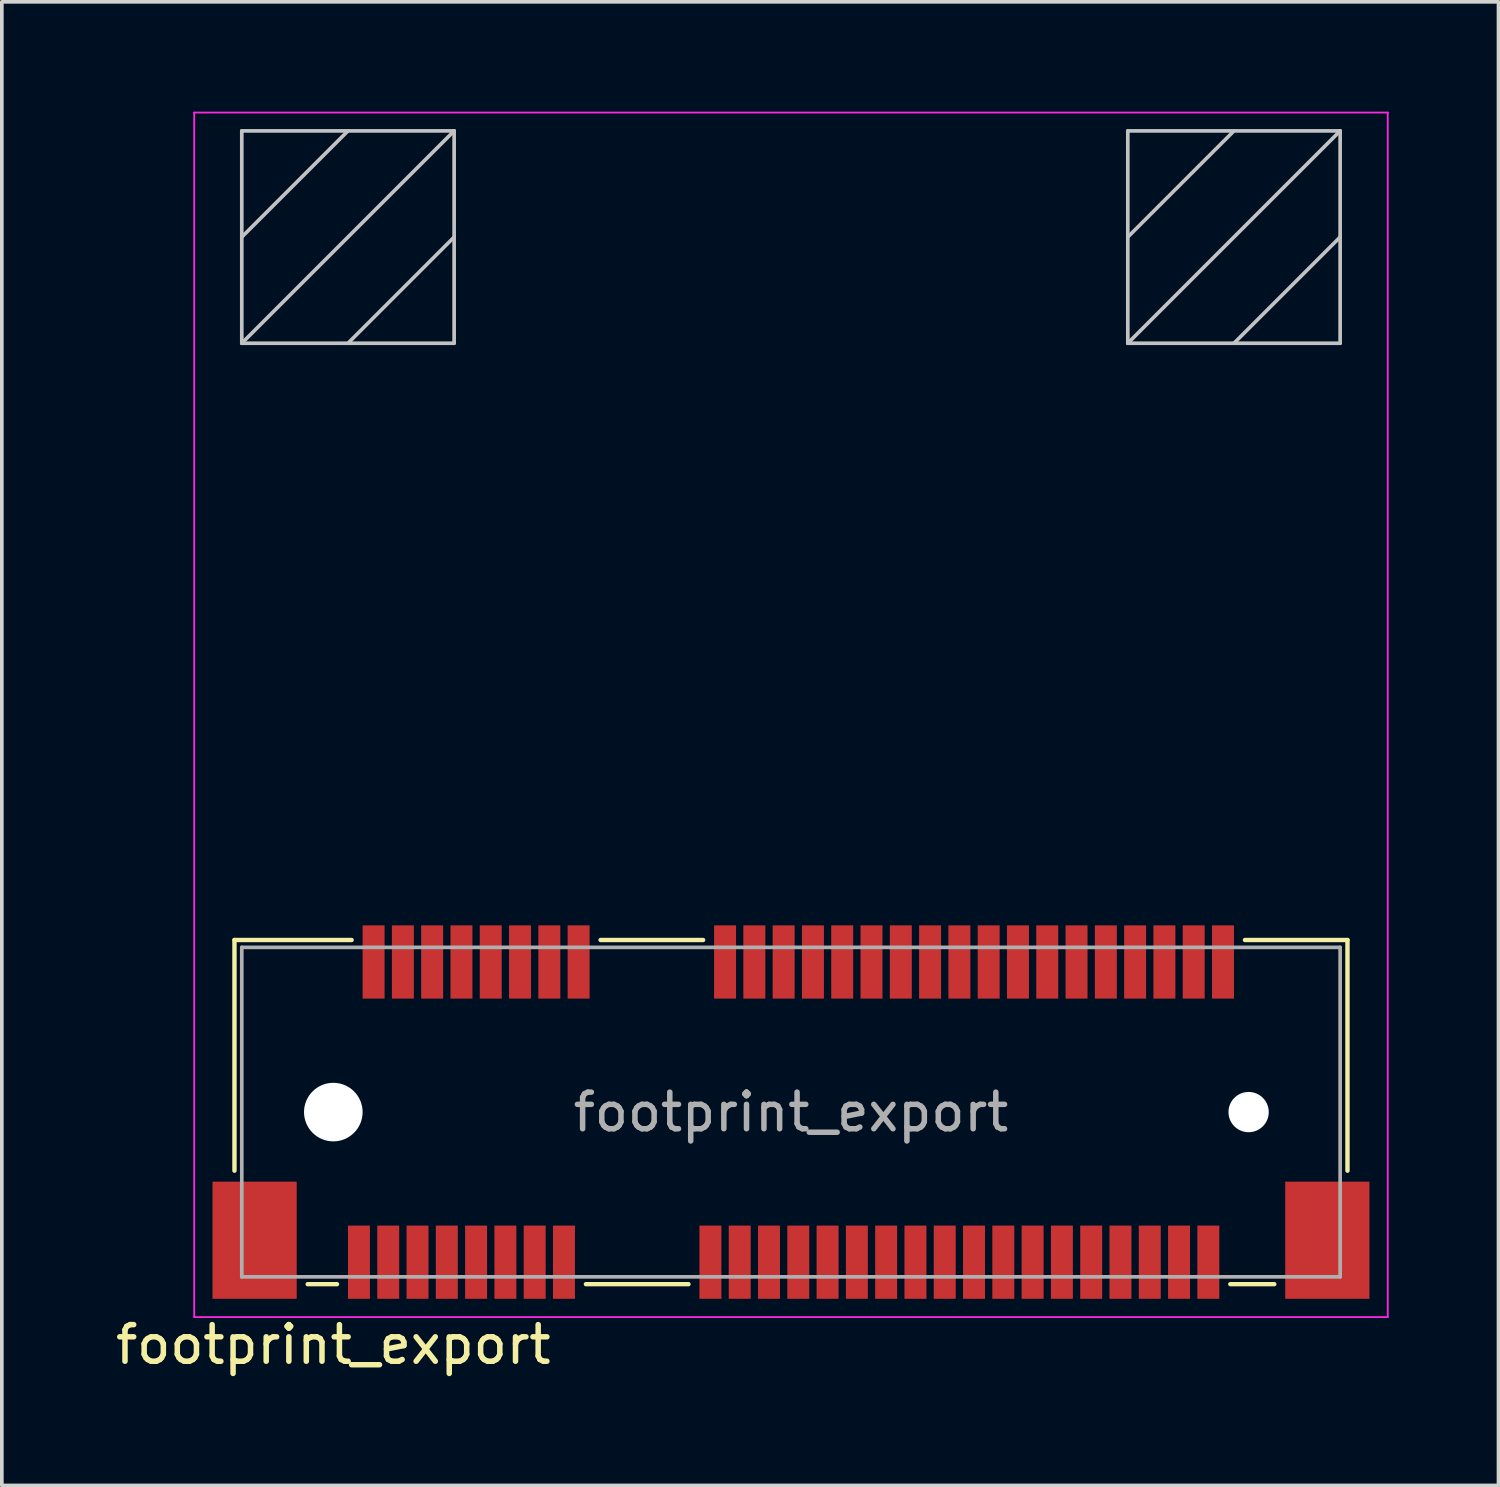
<source format=kicad_pcb>
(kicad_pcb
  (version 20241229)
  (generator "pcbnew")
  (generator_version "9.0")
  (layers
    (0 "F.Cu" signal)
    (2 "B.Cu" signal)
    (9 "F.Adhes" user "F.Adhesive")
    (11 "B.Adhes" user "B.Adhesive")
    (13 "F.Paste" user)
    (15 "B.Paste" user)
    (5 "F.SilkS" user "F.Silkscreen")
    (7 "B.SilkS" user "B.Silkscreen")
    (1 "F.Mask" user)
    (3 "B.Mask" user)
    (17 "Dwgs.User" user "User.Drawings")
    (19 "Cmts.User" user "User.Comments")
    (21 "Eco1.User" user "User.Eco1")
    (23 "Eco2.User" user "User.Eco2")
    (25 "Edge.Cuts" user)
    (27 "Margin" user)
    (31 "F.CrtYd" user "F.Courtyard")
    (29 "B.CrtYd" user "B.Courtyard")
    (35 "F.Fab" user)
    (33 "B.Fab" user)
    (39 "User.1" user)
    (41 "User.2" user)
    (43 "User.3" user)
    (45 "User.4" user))
  (footprint "footprint_export"
    (layer "F.Cu")
    (at 18.554 27.325)
    (property "Reference" "footprint_export" (at -12.5 6.35 180) (layer "F.SilkS") (effects (font (size 1 1) (thickness 0.15))))
    (attr smd)
    (fp_line (start -15.2 -4.7) (end -15.2 1.6) (stroke (width 0.12) (type solid)) (layer "F.SilkS"))
    (fp_line (start -13.2 4.7) (end -12.4 4.7) (stroke (width 0.12) (type solid)) (layer "F.SilkS"))
    (fp_line (start -12 -4.7) (end -15.2 -4.7) (stroke (width 0.12) (type solid)) (layer "F.SilkS"))
    (fp_line (start -5.6 4.7) (end -2.8 4.7) (stroke (width 0.12) (type solid)) (layer "F.SilkS"))
    (fp_line (start -2.4 -4.7) (end -5.2 -4.7) (stroke (width 0.12) (type solid)) (layer "F.SilkS"))
    (fp_line (start 12 4.7) (end 13.2 4.7) (stroke (width 0.12) (type solid)) (layer "F.SilkS"))
    (fp_line (start 15.2 -4.7) (end 12.4 -4.7) (stroke (width 0.12) (type solid)) (layer "F.SilkS"))
    (fp_line (start 15.2 1.6) (end 15.2 -4.7) (stroke (width 0.12) (type solid)) (layer "F.SilkS"))
    (fp_line (start -15 -26.8) (end -15 -21) (stroke (width 0.1) (type solid)) (layer "Dwgs.User"))
    (fp_line (start -15 -21) (end -9.2 -26.8) (stroke (width 0.1) (type solid)) (layer "Dwgs.User"))
    (fp_line (start -15 -21) (end -9.2 -21) (stroke (width 0.1) (type solid)) (layer "Dwgs.User"))
    (fp_line (start -12.1 -26.8) (end -15 -23.9) (stroke (width 0.1) (type solid)) (layer "Dwgs.User"))
    (fp_line (start -9.2 -26.8) (end -15 -26.8) (stroke (width 0.1) (type solid)) (layer "Dwgs.User"))
    (fp_line (start -9.2 -23.9) (end -12.1 -21) (stroke (width 0.1) (type solid)) (layer "Dwgs.User"))
    (fp_line (start -9.2 -21) (end -9.2 -26.8) (stroke (width 0.1) (type solid)) (layer "Dwgs.User"))
    (fp_line (start 9.2 -26.8) (end 15 -26.8) (stroke (width 0.1) (type solid)) (layer "Dwgs.User"))
    (fp_line (start 9.2 -21) (end 9.2 -26.8) (stroke (width 0.1) (type solid)) (layer "Dwgs.User"))
    (fp_line (start 12.1 -26.8) (end 9.2 -23.9) (stroke (width 0.1) (type solid)) (layer "Dwgs.User"))
    (fp_line (start 15 -26.8) (end 9.2 -21) (stroke (width 0.1) (type solid)) (layer "Dwgs.User"))
    (fp_line (start 15 -26.8) (end 15 -21) (stroke (width 0.1) (type solid)) (layer "Dwgs.User"))
    (fp_line (start 15 -23.9) (end 12.1 -21) (stroke (width 0.1) (type solid)) (layer "Dwgs.User"))
    (fp_line (start 15 -21) (end 9.2 -21) (stroke (width 0.1) (type solid)) (layer "Dwgs.User"))
    (fp_line (start -16.3 -27.3) (end 16.3 -27.3) (stroke (width 0.05) (type solid)) (layer "F.CrtYd"))
    (fp_line (start -16.3 5.6) (end -16.3 -27.3) (stroke (width 0.05) (type solid)) (layer "F.CrtYd"))
    (fp_line (start 16.3 -27.3) (end 16.3 5.6) (stroke (width 0.05) (type solid)) (layer "F.CrtYd"))
    (fp_line (start 16.3 5.6) (end -16.3 5.6) (stroke (width 0.05) (type solid)) (layer "F.CrtYd"))
    (fp_line (start -15 -4.5) (end -15 4.5) (stroke (width 0.1) (type solid)) (layer "F.Fab"))
    (fp_line (start -15 4.5) (end 15 4.5) (stroke (width 0.1) (type solid)) (layer "F.Fab"))
    (fp_line (start 15 -4.5) (end -15 -4.5) (stroke (width 0.1) (type solid)) (layer "F.Fab"))
    (fp_line (start 15 4.5) (end 15 -4.5) (stroke (width 0.1) (type solid)) (layer "F.Fab"))
    (fp_text user "${REFERENCE}" (at 0 0 0) (layer "F.Fab") (effects (font (size 1 1) (thickness 0.15))))
    (pad "" np_thru_hole circle (at -12.5 0) (size 1.6 1.6) (drill 1.6) (layers "*.Cu" "*.Mask"))
    (pad "" np_thru_hole circle (at 12.5 0) (size 1.1 1.1) (drill 1.1) (layers "*.Cu" "*.Mask"))
    (pad "1" smd rect (at -11.8 4.1) (size 0.6 2) (layers "F.Cu" "F.Mask" "F.Paste"))
    (pad "2" smd rect (at -11.4 -4.1) (size 0.6 2) (layers "F.Cu" "F.Mask" "F.Paste"))
    (pad "3" smd rect (at -11 4.1) (size 0.6 2) (layers "F.Cu" "F.Mask" "F.Paste"))
    (pad "4" smd rect (at -10.6 -4.1) (size 0.6 2) (layers "F.Cu" "F.Mask" "F.Paste"))
    (pad "5" smd rect (at -10.2 4.1) (size 0.6 2) (layers "F.Cu" "F.Mask" "F.Paste"))
    (pad "6" smd rect (at -9.8 -4.1) (size 0.6 2) (layers "F.Cu" "F.Mask" "F.Paste"))
    (pad "7" smd rect (at -9.4 4.1) (size 0.6 2) (layers "F.Cu" "F.Mask" "F.Paste"))
    (pad "8" smd rect (at -9 -4.1) (size 0.6 2) (layers "F.Cu" "F.Mask" "F.Paste"))
    (pad "9" smd rect (at -8.6 4.1) (size 0.6 2) (layers "F.Cu" "F.Mask" "F.Paste"))
    (pad "10" smd rect (at -8.2 -4.1) (size 0.6 2) (layers "F.Cu" "F.Mask" "F.Paste"))
    (pad "11" smd rect (at -7.8 4.1) (size 0.6 2) (layers "F.Cu" "F.Mask" "F.Paste"))
    (pad "12" smd rect (at -7.4 -4.1) (size 0.6 2) (layers "F.Cu" "F.Mask" "F.Paste"))
    (pad "13" smd rect (at -7 4.1) (size 0.6 2) (layers "F.Cu" "F.Mask" "F.Paste"))
    (pad "14" smd rect (at -6.6 -4.1) (size 0.6 2) (layers "F.Cu" "F.Mask" "F.Paste"))
    (pad "15" smd rect (at -6.2 4.1) (size 0.6 2) (layers "F.Cu" "F.Mask" "F.Paste"))
    (pad "16" smd rect (at -5.8 -4.1) (size 0.6 2) (layers "F.Cu" "F.Mask" "F.Paste"))
    (pad "17" smd rect (at -2.2 4.1) (size 0.6 2) (layers "F.Cu" "F.Mask" "F.Paste"))
    (pad "18" smd rect (at -1.8 -4.1) (size 0.6 2) (layers "F.Cu" "F.Mask" "F.Paste"))
    (pad "19" smd rect (at -1.4 4.1) (size 0.6 2) (layers "F.Cu" "F.Mask" "F.Paste"))
    (pad "20" smd rect (at -1 -4.1) (size 0.6 2) (layers "F.Cu" "F.Mask" "F.Paste"))
    (pad "21" smd rect (at -0.6 4.1) (size 0.6 2) (layers "F.Cu" "F.Mask" "F.Paste"))
    (pad "22" smd rect (at -0.2 -4.1) (size 0.6 2) (layers "F.Cu" "F.Mask" "F.Paste"))
    (pad "23" smd rect (at 0.2 4.1) (size 0.6 2) (layers "F.Cu" "F.Mask" "F.Paste"))
    (pad "24" smd rect (at 0.6 -4.1) (size 0.6 2) (layers "F.Cu" "F.Mask" "F.Paste"))
    (pad "25" smd rect (at 1 4.1) (size 0.6 2) (layers "F.Cu" "F.Mask" "F.Paste"))
    (pad "26" smd rect (at 1.4 -4.1) (size 0.6 2) (layers "F.Cu" "F.Mask" "F.Paste"))
    (pad "27" smd rect (at 1.8 4.1) (size 0.6 2) (layers "F.Cu" "F.Mask" "F.Paste"))
    (pad "28" smd rect (at 2.2 -4.1) (size 0.6 2) (layers "F.Cu" "F.Mask" "F.Paste"))
    (pad "29" smd rect (at 2.6 4.1) (size 0.6 2) (layers "F.Cu" "F.Mask" "F.Paste"))
    (pad "30" smd rect (at 3 -4.1) (size 0.6 2) (layers "F.Cu" "F.Mask" "F.Paste"))
    (pad "31" smd rect (at 3.4 4.1) (size 0.6 2) (layers "F.Cu" "F.Mask" "F.Paste"))
    (pad "32" smd rect (at 3.8 -4.1) (size 0.6 2) (layers "F.Cu" "F.Mask" "F.Paste"))
    (pad "33" smd rect (at 4.2 4.1) (size 0.6 2) (layers "F.Cu" "F.Mask" "F.Paste"))
    (pad "34" smd rect (at 4.6 -4.1) (size 0.6 2) (layers "F.Cu" "F.Mask" "F.Paste"))
    (pad "35" smd rect (at 5 4.1) (size 0.6 2) (layers "F.Cu" "F.Mask" "F.Paste"))
    (pad "36" smd rect (at 5.4 -4.1) (size 0.6 2) (layers "F.Cu" "F.Mask" "F.Paste"))
    (pad "37" smd rect (at 5.8 4.1) (size 0.6 2) (layers "F.Cu" "F.Mask" "F.Paste"))
    (pad "38" smd rect (at 6.2 -4.1) (size 0.6 2) (layers "F.Cu" "F.Mask" "F.Paste"))
    (pad "39" smd rect (at 6.6 4.1) (size 0.6 2) (layers "F.Cu" "F.Mask" "F.Paste"))
    (pad "40" smd rect (at 7 -4.1) (size 0.6 2) (layers "F.Cu" "F.Mask" "F.Paste"))
    (pad "41" smd rect (at 7.4 4.1) (size 0.6 2) (layers "F.Cu" "F.Mask" "F.Paste"))
    (pad "42" smd rect (at 7.8 -4.1) (size 0.6 2) (layers "F.Cu" "F.Mask" "F.Paste"))
    (pad "43" smd rect (at 8.2 4.1) (size 0.6 2) (layers "F.Cu" "F.Mask" "F.Paste"))
    (pad "44" smd rect (at 8.6 -4.1) (size 0.6 2) (layers "F.Cu" "F.Mask" "F.Paste"))
    (pad "45" smd rect (at 9 4.1) (size 0.6 2) (layers "F.Cu" "F.Mask" "F.Paste"))
    (pad "46" smd rect (at 9.4 -4.1) (size 0.6 2) (layers "F.Cu" "F.Mask" "F.Paste"))
    (pad "47" smd rect (at 9.8 4.1) (size 0.6 2) (layers "F.Cu" "F.Mask" "F.Paste"))
    (pad "48" smd rect (at 10.2 -4.1) (size 0.6 2) (layers "F.Cu" "F.Mask" "F.Paste"))
    (pad "49" smd rect (at 10.6 4.1) (size 0.6 2) (layers "F.Cu" "F.Mask" "F.Paste"))
    (pad "50" smd rect (at 11 -4.1) (size 0.6 2) (layers "F.Cu" "F.Mask" "F.Paste"))
    (pad "51" smd rect (at 11.4 4.1) (size 0.6 2) (layers "F.Cu" "F.Mask" "F.Paste"))
    (pad "52" smd rect (at 11.8 -4.1) (size 0.6 2) (layers "F.Cu" "F.Mask" "F.Paste"))
    (pad "MP" smd rect (at -14.65 3.5) (size 2.3 3.2) (layers "F.Cu" "F.Mask" "F.Paste"))
    (pad "MP" smd rect (at 14.65 3.5) (size 2.3 3.2) (layers "F.Cu" "F.Mask" "F.Paste")))
  (gr_rect
    (start -3 -3)
    (end 37.879 37.523)
    (stroke (width 0.1) (type default))
    (fill no)
    (layer "Edge.Cuts")))
</source>
